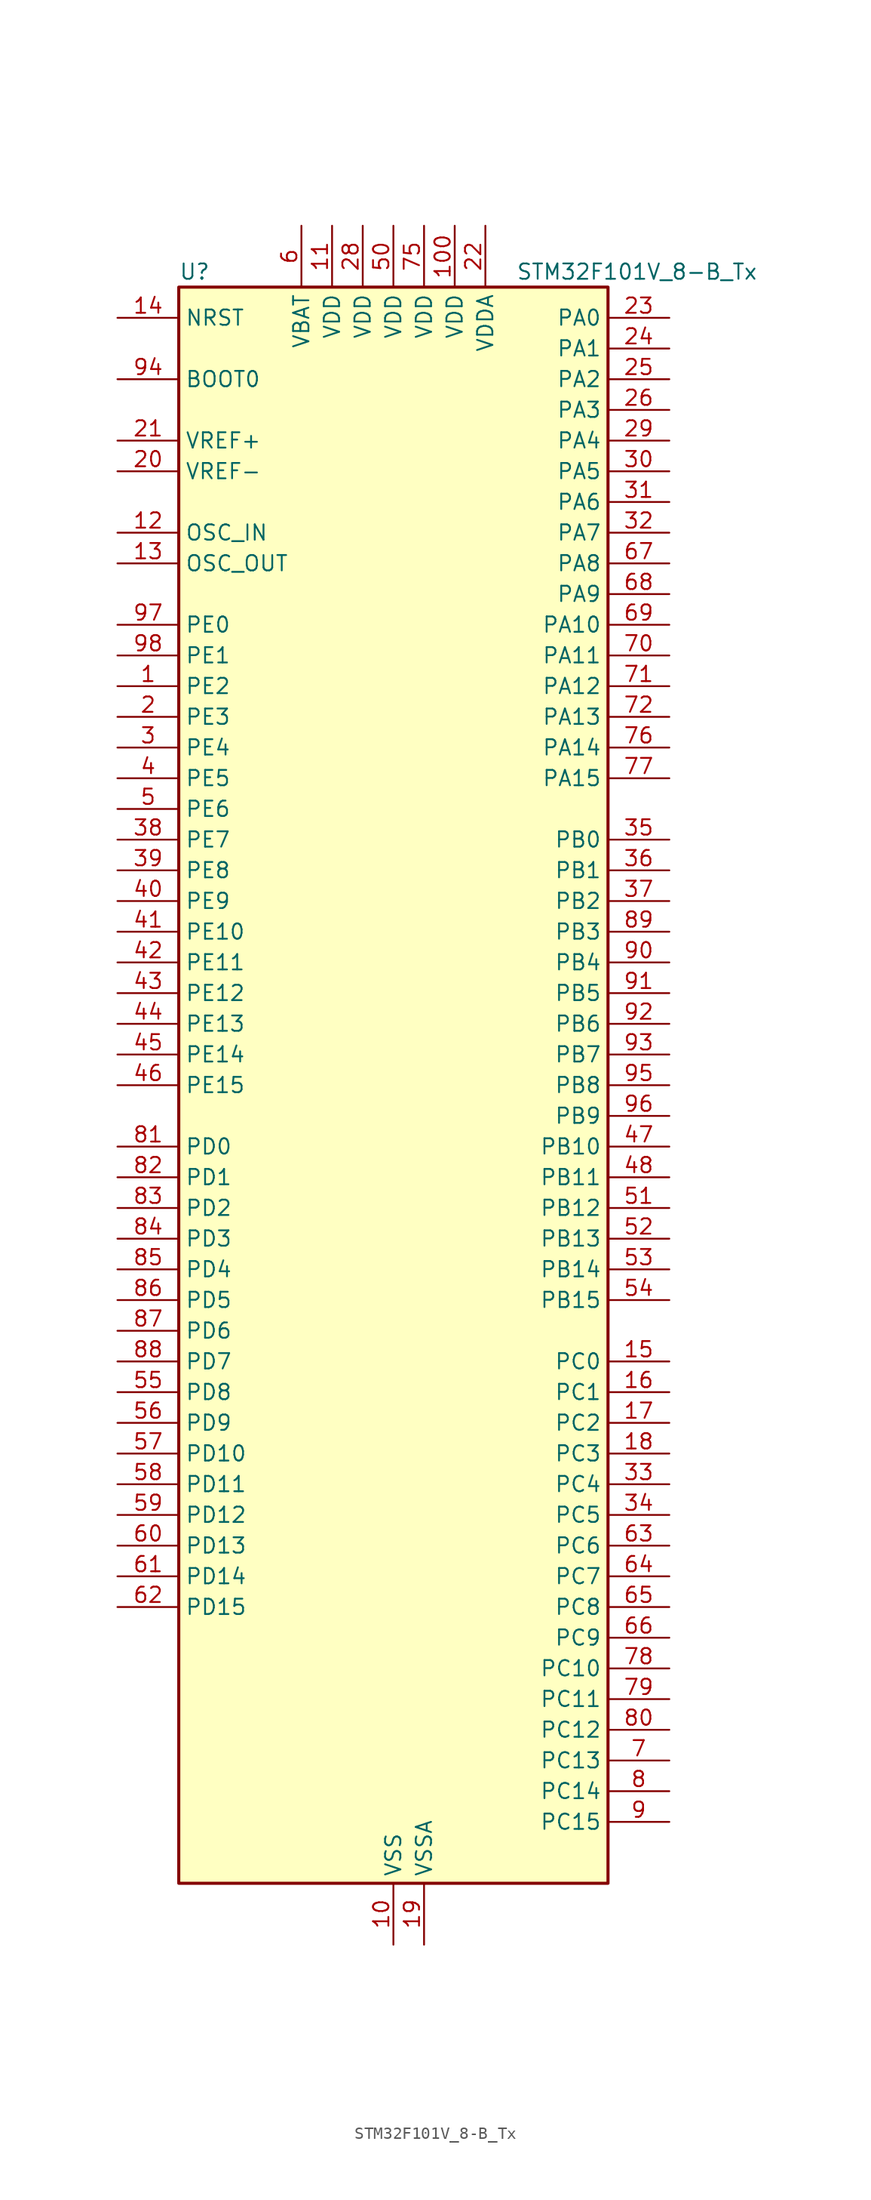
<source format=kicad_sym>
(kicad_symbol_lib
  (version 20220914)
  (generator kicad_symbol_editor)
  (symbol "STM32F101V_8-B_Tx"
    (property "Reference" "U"
      (at -17.78 67.31 0)
      (effects (font (size 1.27 1.27)) (justify left)))
    (property "Value" "STM32F101V_8-B_Tx"
      (at 10.16 67.31 0)
      (effects (font (size 1.27 1.27)) (justify left)))
    (property "ki_locked" ""
      (at 0 0 0)
      (effects (font (size 1.27 1.27))))
    (symbol "STM32F101V_8-B_Tx_0_1"
      (rectangle (start -17.78 -66.04) (end 17.78 66.04) (stroke (width 0.254) (type default)) (fill (type background))))
    (symbol "STM32F101V_8-B_Tx_1_1"
      (pin bidirectional line (at -22.86 33.02 0) (length 5.08) (name "PE2" (effects (font (size 1.27 1.27)))) (number "1" (effects (font (size 1.27 1.27)))) (alternate "SYS_TRACECLK" bidirectional line))
      (pin power_in line (at 0 -71.12 90) (length 5.08) (name "VSS" (effects (font (size 1.27 1.27)))) (number "10" (effects (font (size 1.27 1.27)))))
      (pin power_in line (at 5.08 71.12 270) (length 5.08) (name "VDD" (effects (font (size 1.27 1.27)))) (number "100" (effects (font (size 1.27 1.27)))))
      (pin power_in line (at -5.08 71.12 270) (length 5.08) (name "VDD" (effects (font (size 1.27 1.27)))) (number "11" (effects (font (size 1.27 1.27)))))
      (pin input line (at -22.86 45.72 0) (length 5.08) (name "OSC_IN" (effects (font (size 1.27 1.27)))) (number "12" (effects (font (size 1.27 1.27)))) (alternate "RCC_OSC_IN" bidirectional line))
      (pin input line (at -22.86 43.18 0) (length 5.08) (name "OSC_OUT" (effects (font (size 1.27 1.27)))) (number "13" (effects (font (size 1.27 1.27)))) (alternate "RCC_OSC_OUT" bidirectional line))
      (pin input line (at -22.86 63.5 0) (length 5.08) (name "NRST" (effects (font (size 1.27 1.27)))) (number "14" (effects (font (size 1.27 1.27)))))
      (pin bidirectional line (at 22.86 -22.86 180) (length 5.08) (name "PC0" (effects (font (size 1.27 1.27)))) (number "15" (effects (font (size 1.27 1.27)))) (alternate "ADC1_IN10" bidirectional line))
      (pin bidirectional line (at 22.86 -25.4 180) (length 5.08) (name "PC1" (effects (font (size 1.27 1.27)))) (number "16" (effects (font (size 1.27 1.27)))) (alternate "ADC1_IN11" bidirectional line))
      (pin bidirectional line (at 22.86 -27.94 180) (length 5.08) (name "PC2" (effects (font (size 1.27 1.27)))) (number "17" (effects (font (size 1.27 1.27)))) (alternate "ADC1_IN12" bidirectional line))
      (pin bidirectional line (at 22.86 -30.48 180) (length 5.08) (name "PC3" (effects (font (size 1.27 1.27)))) (number "18" (effects (font (size 1.27 1.27)))) (alternate "ADC1_IN13" bidirectional line))
      (pin power_in line (at 2.54 -71.12 90) (length 5.08) (name "VSSA" (effects (font (size 1.27 1.27)))) (number "19" (effects (font (size 1.27 1.27)))))
      (pin bidirectional line (at -22.86 30.48 0) (length 5.08) (name "PE3" (effects (font (size 1.27 1.27)))) (number "2" (effects (font (size 1.27 1.27)))) (alternate "SYS_TRACED0" bidirectional line))
      (pin input line (at -22.86 50.8 0) (length 5.08) (name "VREF-" (effects (font (size 1.27 1.27)))) (number "20" (effects (font (size 1.27 1.27)))))
      (pin input line (at -22.86 53.34 0) (length 5.08) (name "VREF+" (effects (font (size 1.27 1.27)))) (number "21" (effects (font (size 1.27 1.27)))))
      (pin power_in line (at 7.62 71.12 270) (length 5.08) (name "VDDA" (effects (font (size 1.27 1.27)))) (number "22" (effects (font (size 1.27 1.27)))))
      (pin bidirectional line (at 22.86 63.5 180) (length 5.08) (name "PA0" (effects (font (size 1.27 1.27)))) (number "23" (effects (font (size 1.27 1.27)))) (alternate "ADC1_IN0" bidirectional line) (alternate "SYS_WKUP" bidirectional line) (alternate "TIM2_CH1" bidirectional line) (alternate "TIM2_ETR" bidirectional line) (alternate "USART2_CTS" bidirectional line))
      (pin bidirectional line (at 22.86 60.96 180) (length 5.08) (name "PA1" (effects (font (size 1.27 1.27)))) (number "24" (effects (font (size 1.27 1.27)))) (alternate "ADC1_IN1" bidirectional line) (alternate "TIM2_CH2" bidirectional line) (alternate "USART2_RTS" bidirectional line))
      (pin bidirectional line (at 22.86 58.42 180) (length 5.08) (name "PA2" (effects (font (size 1.27 1.27)))) (number "25" (effects (font (size 1.27 1.27)))) (alternate "ADC1_IN2" bidirectional line) (alternate "TIM2_CH3" bidirectional line) (alternate "USART2_TX" bidirectional line))
      (pin bidirectional line (at 22.86 55.88 180) (length 5.08) (name "PA3" (effects (font (size 1.27 1.27)))) (number "26" (effects (font (size 1.27 1.27)))) (alternate "ADC1_IN3" bidirectional line) (alternate "TIM2_CH4" bidirectional line) (alternate "USART2_RX" bidirectional line))
      (pin passive line (at 0 -71.12 90) (length 5.08) hide (name "VSS" (effects (font (size 1.27 1.27)))) (number "27" (effects (font (size 1.27 1.27)))))
      (pin power_in line (at -2.54 71.12 270) (length 5.08) (name "VDD" (effects (font (size 1.27 1.27)))) (number "28" (effects (font (size 1.27 1.27)))))
      (pin bidirectional line (at 22.86 53.34 180) (length 5.08) (name "PA4" (effects (font (size 1.27 1.27)))) (number "29" (effects (font (size 1.27 1.27)))) (alternate "ADC1_IN4" bidirectional line) (alternate "SPI1_NSS" bidirectional line) (alternate "USART2_CK" bidirectional line))
      (pin bidirectional line (at -22.86 27.94 0) (length 5.08) (name "PE4" (effects (font (size 1.27 1.27)))) (number "3" (effects (font (size 1.27 1.27)))) (alternate "SYS_TRACED1" bidirectional line))
      (pin bidirectional line (at 22.86 50.8 180) (length 5.08) (name "PA5" (effects (font (size 1.27 1.27)))) (number "30" (effects (font (size 1.27 1.27)))) (alternate "ADC1_IN5" bidirectional line) (alternate "SPI1_SCK" bidirectional line))
      (pin bidirectional line (at 22.86 48.26 180) (length 5.08) (name "PA6" (effects (font (size 1.27 1.27)))) (number "31" (effects (font (size 1.27 1.27)))) (alternate "ADC1_IN6" bidirectional line) (alternate "SPI1_MISO" bidirectional line) (alternate "TIM3_CH1" bidirectional line))
      (pin bidirectional line (at 22.86 45.72 180) (length 5.08) (name "PA7" (effects (font (size 1.27 1.27)))) (number "32" (effects (font (size 1.27 1.27)))) (alternate "ADC1_IN7" bidirectional line) (alternate "SPI1_MOSI" bidirectional line) (alternate "TIM3_CH2" bidirectional line))
      (pin bidirectional line (at 22.86 -33.02 180) (length 5.08) (name "PC4" (effects (font (size 1.27 1.27)))) (number "33" (effects (font (size 1.27 1.27)))) (alternate "ADC1_IN14" bidirectional line))
      (pin bidirectional line (at 22.86 -35.56 180) (length 5.08) (name "PC5" (effects (font (size 1.27 1.27)))) (number "34" (effects (font (size 1.27 1.27)))) (alternate "ADC1_IN15" bidirectional line))
      (pin bidirectional line (at 22.86 20.32 180) (length 5.08) (name "PB0" (effects (font (size 1.27 1.27)))) (number "35" (effects (font (size 1.27 1.27)))) (alternate "ADC1_IN8" bidirectional line) (alternate "TIM3_CH3" bidirectional line))
      (pin bidirectional line (at 22.86 17.78 180) (length 5.08) (name "PB1" (effects (font (size 1.27 1.27)))) (number "36" (effects (font (size 1.27 1.27)))) (alternate "ADC1_IN9" bidirectional line) (alternate "TIM3_CH4" bidirectional line))
      (pin bidirectional line (at 22.86 15.24 180) (length 5.08) (name "PB2" (effects (font (size 1.27 1.27)))) (number "37" (effects (font (size 1.27 1.27)))))
      (pin bidirectional line (at -22.86 20.32 0) (length 5.08) (name "PE7" (effects (font (size 1.27 1.27)))) (number "38" (effects (font (size 1.27 1.27)))))
      (pin bidirectional line (at -22.86 17.78 0) (length 5.08) (name "PE8" (effects (font (size 1.27 1.27)))) (number "39" (effects (font (size 1.27 1.27)))))
      (pin bidirectional line (at -22.86 25.4 0) (length 5.08) (name "PE5" (effects (font (size 1.27 1.27)))) (number "4" (effects (font (size 1.27 1.27)))) (alternate "SYS_TRACED2" bidirectional line))
      (pin bidirectional line (at -22.86 15.24 0) (length 5.08) (name "PE9" (effects (font (size 1.27 1.27)))) (number "40" (effects (font (size 1.27 1.27)))))
      (pin bidirectional line (at -22.86 12.7 0) (length 5.08) (name "PE10" (effects (font (size 1.27 1.27)))) (number "41" (effects (font (size 1.27 1.27)))))
      (pin bidirectional line (at -22.86 10.16 0) (length 5.08) (name "PE11" (effects (font (size 1.27 1.27)))) (number "42" (effects (font (size 1.27 1.27)))) (alternate "ADC1_EXTI11" bidirectional line))
      (pin bidirectional line (at -22.86 7.62 0) (length 5.08) (name "PE12" (effects (font (size 1.27 1.27)))) (number "43" (effects (font (size 1.27 1.27)))))
      (pin bidirectional line (at -22.86 5.08 0) (length 5.08) (name "PE13" (effects (font (size 1.27 1.27)))) (number "44" (effects (font (size 1.27 1.27)))))
      (pin bidirectional line (at -22.86 2.54 0) (length 5.08) (name "PE14" (effects (font (size 1.27 1.27)))) (number "45" (effects (font (size 1.27 1.27)))))
      (pin bidirectional line (at -22.86 0 0) (length 5.08) (name "PE15" (effects (font (size 1.27 1.27)))) (number "46" (effects (font (size 1.27 1.27)))) (alternate "ADC1_EXTI15" bidirectional line))
      (pin bidirectional line (at 22.86 -5.08 180) (length 5.08) (name "PB10" (effects (font (size 1.27 1.27)))) (number "47" (effects (font (size 1.27 1.27)))) (alternate "I2C2_SCL" bidirectional line) (alternate "TIM2_CH3" bidirectional line) (alternate "USART3_TX" bidirectional line))
      (pin bidirectional line (at 22.86 -7.62 180) (length 5.08) (name "PB11" (effects (font (size 1.27 1.27)))) (number "48" (effects (font (size 1.27 1.27)))) (alternate "ADC1_EXTI11" bidirectional line) (alternate "I2C2_SDA" bidirectional line) (alternate "TIM2_CH4" bidirectional line) (alternate "USART3_RX" bidirectional line))
      (pin passive line (at 0 -71.12 90) (length 5.08) hide (name "VSS" (effects (font (size 1.27 1.27)))) (number "49" (effects (font (size 1.27 1.27)))))
      (pin bidirectional line (at -22.86 22.86 0) (length 5.08) (name "PE6" (effects (font (size 1.27 1.27)))) (number "5" (effects (font (size 1.27 1.27)))) (alternate "SYS_TRACED3" bidirectional line))
      (pin power_in line (at 0 71.12 270) (length 5.08) (name "VDD" (effects (font (size 1.27 1.27)))) (number "50" (effects (font (size 1.27 1.27)))))
      (pin bidirectional line (at 22.86 -10.16 180) (length 5.08) (name "PB12" (effects (font (size 1.27 1.27)))) (number "51" (effects (font (size 1.27 1.27)))) (alternate "I2C2_SMBA" bidirectional line) (alternate "SPI2_NSS" bidirectional line) (alternate "USART3_CK" bidirectional line))
      (pin bidirectional line (at 22.86 -12.7 180) (length 5.08) (name "PB13" (effects (font (size 1.27 1.27)))) (number "52" (effects (font (size 1.27 1.27)))) (alternate "SPI2_SCK" bidirectional line) (alternate "USART3_CTS" bidirectional line))
      (pin bidirectional line (at 22.86 -15.24 180) (length 5.08) (name "PB14" (effects (font (size 1.27 1.27)))) (number "53" (effects (font (size 1.27 1.27)))) (alternate "SPI2_MISO" bidirectional line) (alternate "USART3_RTS" bidirectional line))
      (pin bidirectional line (at 22.86 -17.78 180) (length 5.08) (name "PB15" (effects (font (size 1.27 1.27)))) (number "54" (effects (font (size 1.27 1.27)))) (alternate "ADC1_EXTI15" bidirectional line) (alternate "SPI2_MOSI" bidirectional line))
      (pin bidirectional line (at -22.86 -25.4 0) (length 5.08) (name "PD8" (effects (font (size 1.27 1.27)))) (number "55" (effects (font (size 1.27 1.27)))) (alternate "USART3_TX" bidirectional line))
      (pin bidirectional line (at -22.86 -27.94 0) (length 5.08) (name "PD9" (effects (font (size 1.27 1.27)))) (number "56" (effects (font (size 1.27 1.27)))) (alternate "USART3_RX" bidirectional line))
      (pin bidirectional line (at -22.86 -30.48 0) (length 5.08) (name "PD10" (effects (font (size 1.27 1.27)))) (number "57" (effects (font (size 1.27 1.27)))) (alternate "USART3_CK" bidirectional line))
      (pin bidirectional line (at -22.86 -33.02 0) (length 5.08) (name "PD11" (effects (font (size 1.27 1.27)))) (number "58" (effects (font (size 1.27 1.27)))) (alternate "ADC1_EXTI11" bidirectional line) (alternate "USART3_CTS" bidirectional line))
      (pin bidirectional line (at -22.86 -35.56 0) (length 5.08) (name "PD12" (effects (font (size 1.27 1.27)))) (number "59" (effects (font (size 1.27 1.27)))) (alternate "TIM4_CH1" bidirectional line) (alternate "USART3_RTS" bidirectional line))
      (pin power_in line (at -7.62 71.12 270) (length 5.08) (name "VBAT" (effects (font (size 1.27 1.27)))) (number "6" (effects (font (size 1.27 1.27)))))
      (pin bidirectional line (at -22.86 -38.1 0) (length 5.08) (name "PD13" (effects (font (size 1.27 1.27)))) (number "60" (effects (font (size 1.27 1.27)))) (alternate "TIM4_CH2" bidirectional line))
      (pin bidirectional line (at -22.86 -40.64 0) (length 5.08) (name "PD14" (effects (font (size 1.27 1.27)))) (number "61" (effects (font (size 1.27 1.27)))) (alternate "TIM4_CH3" bidirectional line))
      (pin bidirectional line (at -22.86 -43.18 0) (length 5.08) (name "PD15" (effects (font (size 1.27 1.27)))) (number "62" (effects (font (size 1.27 1.27)))) (alternate "ADC1_EXTI15" bidirectional line) (alternate "TIM4_CH4" bidirectional line))
      (pin bidirectional line (at 22.86 -38.1 180) (length 5.08) (name "PC6" (effects (font (size 1.27 1.27)))) (number "63" (effects (font (size 1.27 1.27)))) (alternate "TIM3_CH1" bidirectional line))
      (pin bidirectional line (at 22.86 -40.64 180) (length 5.08) (name "PC7" (effects (font (size 1.27 1.27)))) (number "64" (effects (font (size 1.27 1.27)))) (alternate "TIM3_CH2" bidirectional line))
      (pin bidirectional line (at 22.86 -43.18 180) (length 5.08) (name "PC8" (effects (font (size 1.27 1.27)))) (number "65" (effects (font (size 1.27 1.27)))) (alternate "TIM3_CH3" bidirectional line))
      (pin bidirectional line (at 22.86 -45.72 180) (length 5.08) (name "PC9" (effects (font (size 1.27 1.27)))) (number "66" (effects (font (size 1.27 1.27)))) (alternate "TIM3_CH4" bidirectional line))
      (pin bidirectional line (at 22.86 43.18 180) (length 5.08) (name "PA8" (effects (font (size 1.27 1.27)))) (number "67" (effects (font (size 1.27 1.27)))) (alternate "RCC_MCO" bidirectional line) (alternate "USART1_CK" bidirectional line))
      (pin bidirectional line (at 22.86 40.64 180) (length 5.08) (name "PA9" (effects (font (size 1.27 1.27)))) (number "68" (effects (font (size 1.27 1.27)))) (alternate "USART1_TX" bidirectional line))
      (pin bidirectional line (at 22.86 38.1 180) (length 5.08) (name "PA10" (effects (font (size 1.27 1.27)))) (number "69" (effects (font (size 1.27 1.27)))) (alternate "USART1_RX" bidirectional line))
      (pin bidirectional line (at 22.86 -55.88 180) (length 5.08) (name "PC13" (effects (font (size 1.27 1.27)))) (number "7" (effects (font (size 1.27 1.27)))) (alternate "RTC_OUT" bidirectional line) (alternate "RTC_TAMPER" bidirectional line))
      (pin bidirectional line (at 22.86 35.56 180) (length 5.08) (name "PA11" (effects (font (size 1.27 1.27)))) (number "70" (effects (font (size 1.27 1.27)))) (alternate "ADC1_EXTI11" bidirectional line) (alternate "USART1_CTS" bidirectional line))
      (pin bidirectional line (at 22.86 33.02 180) (length 5.08) (name "PA12" (effects (font (size 1.27 1.27)))) (number "71" (effects (font (size 1.27 1.27)))) (alternate "USART1_RTS" bidirectional line))
      (pin bidirectional line (at 22.86 30.48 180) (length 5.08) (name "PA13" (effects (font (size 1.27 1.27)))) (number "72" (effects (font (size 1.27 1.27)))) (alternate "SYS_JTMS-SWDIO" bidirectional line))
      (pin no_connect line (at -17.78 -66.04 0) (length 5.08) hide (name "NC" (effects (font (size 1.27 1.27)))) (number "73" (effects (font (size 1.27 1.27)))))
      (pin passive line (at 0 -71.12 90) (length 5.08) hide (name "VSS" (effects (font (size 1.27 1.27)))) (number "74" (effects (font (size 1.27 1.27)))))
      (pin power_in line (at 2.54 71.12 270) (length 5.08) (name "VDD" (effects (font (size 1.27 1.27)))) (number "75" (effects (font (size 1.27 1.27)))))
      (pin bidirectional line (at 22.86 27.94 180) (length 5.08) (name "PA14" (effects (font (size 1.27 1.27)))) (number "76" (effects (font (size 1.27 1.27)))) (alternate "SYS_JTCK-SWCLK" bidirectional line))
      (pin bidirectional line (at 22.86 25.4 180) (length 5.08) (name "PA15" (effects (font (size 1.27 1.27)))) (number "77" (effects (font (size 1.27 1.27)))) (alternate "ADC1_EXTI15" bidirectional line) (alternate "SPI1_NSS" bidirectional line) (alternate "SYS_JTDI" bidirectional line) (alternate "TIM2_CH1" bidirectional line) (alternate "TIM2_ETR" bidirectional line))
      (pin bidirectional line (at 22.86 -48.26 180) (length 5.08) (name "PC10" (effects (font (size 1.27 1.27)))) (number "78" (effects (font (size 1.27 1.27)))) (alternate "USART3_TX" bidirectional line))
      (pin bidirectional line (at 22.86 -50.8 180) (length 5.08) (name "PC11" (effects (font (size 1.27 1.27)))) (number "79" (effects (font (size 1.27 1.27)))) (alternate "ADC1_EXTI11" bidirectional line) (alternate "USART3_RX" bidirectional line))
      (pin bidirectional line (at 22.86 -58.42 180) (length 5.08) (name "PC14" (effects (font (size 1.27 1.27)))) (number "8" (effects (font (size 1.27 1.27)))) (alternate "RCC_OSC32_IN" bidirectional line))
      (pin bidirectional line (at 22.86 -53.34 180) (length 5.08) (name "PC12" (effects (font (size 1.27 1.27)))) (number "80" (effects (font (size 1.27 1.27)))) (alternate "USART3_CK" bidirectional line))
      (pin bidirectional line (at -22.86 -5.08 0) (length 5.08) (name "PD0" (effects (font (size 1.27 1.27)))) (number "81" (effects (font (size 1.27 1.27)))))
      (pin bidirectional line (at -22.86 -7.62 0) (length 5.08) (name "PD1" (effects (font (size 1.27 1.27)))) (number "82" (effects (font (size 1.27 1.27)))))
      (pin bidirectional line (at -22.86 -10.16 0) (length 5.08) (name "PD2" (effects (font (size 1.27 1.27)))) (number "83" (effects (font (size 1.27 1.27)))) (alternate "TIM3_ETR" bidirectional line))
      (pin bidirectional line (at -22.86 -12.7 0) (length 5.08) (name "PD3" (effects (font (size 1.27 1.27)))) (number "84" (effects (font (size 1.27 1.27)))) (alternate "USART2_CTS" bidirectional line))
      (pin bidirectional line (at -22.86 -15.24 0) (length 5.08) (name "PD4" (effects (font (size 1.27 1.27)))) (number "85" (effects (font (size 1.27 1.27)))) (alternate "USART2_RTS" bidirectional line))
      (pin bidirectional line (at -22.86 -17.78 0) (length 5.08) (name "PD5" (effects (font (size 1.27 1.27)))) (number "86" (effects (font (size 1.27 1.27)))) (alternate "USART2_TX" bidirectional line))
      (pin bidirectional line (at -22.86 -20.32 0) (length 5.08) (name "PD6" (effects (font (size 1.27 1.27)))) (number "87" (effects (font (size 1.27 1.27)))) (alternate "USART2_RX" bidirectional line))
      (pin bidirectional line (at -22.86 -22.86 0) (length 5.08) (name "PD7" (effects (font (size 1.27 1.27)))) (number "88" (effects (font (size 1.27 1.27)))) (alternate "USART2_CK" bidirectional line))
      (pin bidirectional line (at 22.86 12.7 180) (length 5.08) (name "PB3" (effects (font (size 1.27 1.27)))) (number "89" (effects (font (size 1.27 1.27)))) (alternate "SPI1_SCK" bidirectional line) (alternate "SYS_JTDO-TRACESWO" bidirectional line) (alternate "TIM2_CH2" bidirectional line))
      (pin bidirectional line (at 22.86 -60.96 180) (length 5.08) (name "PC15" (effects (font (size 1.27 1.27)))) (number "9" (effects (font (size 1.27 1.27)))) (alternate "ADC1_EXTI15" bidirectional line) (alternate "RCC_OSC32_OUT" bidirectional line))
      (pin bidirectional line (at 22.86 10.16 180) (length 5.08) (name "PB4" (effects (font (size 1.27 1.27)))) (number "90" (effects (font (size 1.27 1.27)))) (alternate "SPI1_MISO" bidirectional line) (alternate "SYS_NJTRST" bidirectional line) (alternate "TIM3_CH1" bidirectional line))
      (pin bidirectional line (at 22.86 7.62 180) (length 5.08) (name "PB5" (effects (font (size 1.27 1.27)))) (number "91" (effects (font (size 1.27 1.27)))) (alternate "I2C1_SMBA" bidirectional line) (alternate "SPI1_MOSI" bidirectional line) (alternate "TIM3_CH2" bidirectional line))
      (pin bidirectional line (at 22.86 5.08 180) (length 5.08) (name "PB6" (effects (font (size 1.27 1.27)))) (number "92" (effects (font (size 1.27 1.27)))) (alternate "I2C1_SCL" bidirectional line) (alternate "TIM4_CH1" bidirectional line) (alternate "USART1_TX" bidirectional line))
      (pin bidirectional line (at 22.86 2.54 180) (length 5.08) (name "PB7" (effects (font (size 1.27 1.27)))) (number "93" (effects (font (size 1.27 1.27)))) (alternate "I2C1_SDA" bidirectional line) (alternate "TIM4_CH2" bidirectional line) (alternate "USART1_RX" bidirectional line))
      (pin input line (at -22.86 58.42 0) (length 5.08) (name "BOOT0" (effects (font (size 1.27 1.27)))) (number "94" (effects (font (size 1.27 1.27)))))
      (pin bidirectional line (at 22.86 0 180) (length 5.08) (name "PB8" (effects (font (size 1.27 1.27)))) (number "95" (effects (font (size 1.27 1.27)))) (alternate "I2C1_SCL" bidirectional line) (alternate "TIM4_CH3" bidirectional line))
      (pin bidirectional line (at 22.86 -2.54 180) (length 5.08) (name "PB9" (effects (font (size 1.27 1.27)))) (number "96" (effects (font (size 1.27 1.27)))) (alternate "I2C1_SDA" bidirectional line) (alternate "TIM4_CH4" bidirectional line))
      (pin bidirectional line (at -22.86 38.1 0) (length 5.08) (name "PE0" (effects (font (size 1.27 1.27)))) (number "97" (effects (font (size 1.27 1.27)))) (alternate "TIM4_ETR" bidirectional line))
      (pin bidirectional line (at -22.86 35.56 0) (length 5.08) (name "PE1" (effects (font (size 1.27 1.27)))) (number "98" (effects (font (size 1.27 1.27)))))
      (pin passive line (at 0 -71.12 90) (length 5.08) hide (name "VSS" (effects (font (size 1.27 1.27)))) (number "99" (effects (font (size 1.27 1.27))))))))
</source>
